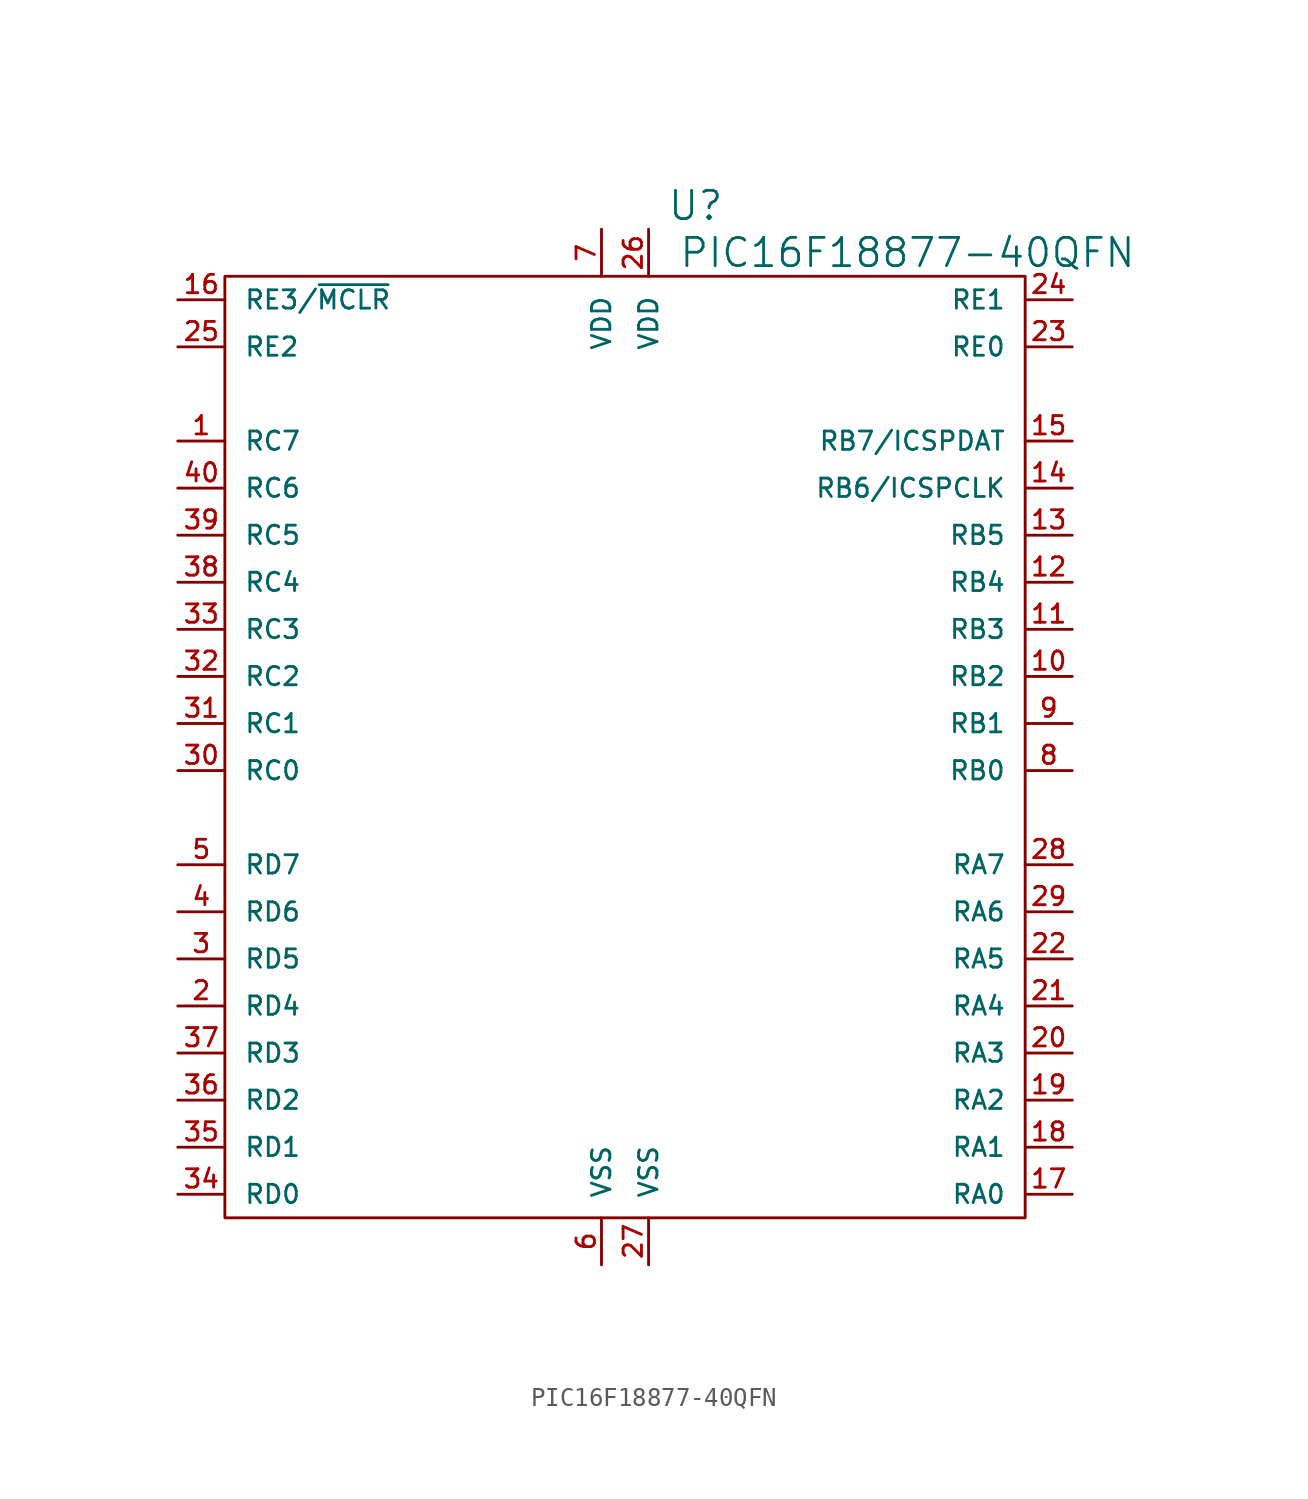
<source format=kicad_sym>
(kicad_symbol_lib
  (version 20220914)
  (generator kicad_symbol_editor)
  (symbol "PIC16F18877-40QFN"
    (pin_names
      (offset 1.016))
    (property "Reference" "U"
      (at 3.81 29.21 0)
      (effects (font (size 1.524 1.524))))
    (property "Value" "PIC16F18877-40QFN"
      (at 15.24 26.67 0)
      (effects (font (size 1.524 1.524))))
    (property "Footprint" ""
      (at 0 0 0)
      (effects (font (size 1.524 1.524))))
    (property "Datasheet" ""
      (at 0 0 0)
      (effects (font (size 1.524 1.524))))
    (symbol "PIC16F18877-40QFN_0_1"
      (rectangle (start -21.59 25.4) (end 21.59 -25.4) (stroke (width 0) (type solid)) (fill (type none))))
    (symbol "PIC16F18877-40QFN_1_1"
      (pin passive line (at -24.13 16.51 0) (length 2.54) (name "RC7" (effects (font (size 0.991 0.991)))) (number "1" (effects (font (size 0.991 0.991)))))
      (pin passive line (at 24.13 3.81 180) (length 2.54) (name "RB2" (effects (font (size 0.991 0.991)))) (number "10" (effects (font (size 0.991 0.991)))))
      (pin passive line (at 24.13 6.35 180) (length 2.54) (name "RB3" (effects (font (size 0.991 0.991)))) (number "11" (effects (font (size 0.991 0.991)))))
      (pin passive line (at 24.13 8.89 180) (length 2.54) (name "RB4" (effects (font (size 0.991 0.991)))) (number "12" (effects (font (size 0.991 0.991)))))
      (pin passive line (at 24.13 11.43 180) (length 2.54) (name "RB5" (effects (font (size 0.991 0.991)))) (number "13" (effects (font (size 0.991 0.991)))))
      (pin passive line (at 24.13 13.97 180) (length 2.54) (name "RB6/ICSPCLK" (effects (font (size 0.991 0.991)))) (number "14" (effects (font (size 0.991 0.991)))))
      (pin passive line (at 24.13 16.51 180) (length 2.54) (name "RB7/ICSPDAT" (effects (font (size 0.991 0.991)))) (number "15" (effects (font (size 0.991 0.991)))))
      (pin passive line (at -24.13 24.13 0) (length 2.54) (name "RE3/~{MCLR}" (effects (font (size 0.991 0.991)))) (number "16" (effects (font (size 0.991 0.991)))))
      (pin passive line (at 24.13 -24.13 180) (length 2.54) (name "RA0" (effects (font (size 0.991 0.991)))) (number "17" (effects (font (size 0.991 0.991)))))
      (pin passive line (at 24.13 -21.59 180) (length 2.54) (name "RA1" (effects (font (size 0.991 0.991)))) (number "18" (effects (font (size 0.991 0.991)))))
      (pin passive line (at 24.13 -19.05 180) (length 2.54) (name "RA2" (effects (font (size 0.991 0.991)))) (number "19" (effects (font (size 0.991 0.991)))))
      (pin passive line (at -24.13 -13.97 0) (length 2.54) (name "RD4" (effects (font (size 0.991 0.991)))) (number "2" (effects (font (size 0.991 0.991)))))
      (pin passive line (at 24.13 -16.51 180) (length 2.54) (name "RA3" (effects (font (size 0.991 0.991)))) (number "20" (effects (font (size 0.991 0.991)))))
      (pin passive line (at 24.13 -13.97 180) (length 2.54) (name "RA4" (effects (font (size 0.991 0.991)))) (number "21" (effects (font (size 0.991 0.991)))))
      (pin passive line (at 24.13 -11.43 180) (length 2.54) (name "RA5" (effects (font (size 0.991 0.991)))) (number "22" (effects (font (size 0.991 0.991)))))
      (pin passive line (at 24.13 21.59 180) (length 2.54) (name "RE0" (effects (font (size 0.991 0.991)))) (number "23" (effects (font (size 0.991 0.991)))))
      (pin passive line (at 24.13 24.13 180) (length 2.54) (name "RE1" (effects (font (size 0.991 0.991)))) (number "24" (effects (font (size 0.991 0.991)))))
      (pin passive line (at -24.13 21.59 0) (length 2.54) (name "RE2" (effects (font (size 0.991 0.991)))) (number "25" (effects (font (size 0.991 0.991)))))
      (pin passive line (at 1.27 27.94 270) (length 2.54) (name "VDD" (effects (font (size 0.991 0.991)))) (number "26" (effects (font (size 0.991 0.991)))))
      (pin passive line (at 1.27 -27.94 90) (length 2.54) (name "VSS" (effects (font (size 0.991 0.991)))) (number "27" (effects (font (size 0.991 0.991)))))
      (pin passive line (at 24.13 -6.35 180) (length 2.54) (name "RA7" (effects (font (size 0.991 0.991)))) (number "28" (effects (font (size 0.991 0.991)))))
      (pin passive line (at 24.13 -8.89 180) (length 2.54) (name "RA6" (effects (font (size 0.991 0.991)))) (number "29" (effects (font (size 0.991 0.991)))))
      (pin passive line (at -24.13 -11.43 0) (length 2.54) (name "RD5" (effects (font (size 0.991 0.991)))) (number "3" (effects (font (size 0.991 0.991)))))
      (pin passive line (at -24.13 -1.27 0) (length 2.54) (name "RC0" (effects (font (size 0.991 0.991)))) (number "30" (effects (font (size 0.991 0.991)))))
      (pin passive line (at -24.13 1.27 0) (length 2.54) (name "RC1" (effects (font (size 0.991 0.991)))) (number "31" (effects (font (size 0.991 0.991)))))
      (pin passive line (at -24.13 3.81 0) (length 2.54) (name "RC2" (effects (font (size 0.991 0.991)))) (number "32" (effects (font (size 0.991 0.991)))))
      (pin passive line (at -24.13 6.35 0) (length 2.54) (name "RC3" (effects (font (size 0.991 0.991)))) (number "33" (effects (font (size 0.991 0.991)))))
      (pin passive line (at -24.13 -24.13 0) (length 2.54) (name "RD0" (effects (font (size 0.991 0.991)))) (number "34" (effects (font (size 0.991 0.991)))))
      (pin passive line (at -24.13 -21.59 0) (length 2.54) (name "RD1" (effects (font (size 0.991 0.991)))) (number "35" (effects (font (size 0.991 0.991)))))
      (pin passive line (at -24.13 -19.05 0) (length 2.54) (name "RD2" (effects (font (size 0.991 0.991)))) (number "36" (effects (font (size 0.991 0.991)))))
      (pin passive line (at -24.13 -16.51 0) (length 2.54) (name "RD3" (effects (font (size 0.991 0.991)))) (number "37" (effects (font (size 0.991 0.991)))))
      (pin passive line (at -24.13 8.89 0) (length 2.54) (name "RC4" (effects (font (size 0.991 0.991)))) (number "38" (effects (font (size 0.991 0.991)))))
      (pin passive line (at -24.13 11.43 0) (length 2.54) (name "RC5" (effects (font (size 0.991 0.991)))) (number "39" (effects (font (size 0.991 0.991)))))
      (pin passive line (at -24.13 -8.89 0) (length 2.54) (name "RD6" (effects (font (size 0.991 0.991)))) (number "4" (effects (font (size 0.991 0.991)))))
      (pin passive line (at -24.13 13.97 0) (length 2.54) (name "RC6" (effects (font (size 0.991 0.991)))) (number "40" (effects (font (size 0.991 0.991)))))
      (pin passive line (at -24.13 -6.35 0) (length 2.54) (name "RD7" (effects (font (size 0.991 0.991)))) (number "5" (effects (font (size 0.991 0.991)))))
      (pin passive line (at -1.27 -27.94 90) (length 2.54) (name "VSS" (effects (font (size 0.991 0.991)))) (number "6" (effects (font (size 0.991 0.991)))))
      (pin passive line (at -1.27 27.94 270) (length 2.54) (name "VDD" (effects (font (size 0.991 0.991)))) (number "7" (effects (font (size 0.991 0.991)))))
      (pin passive line (at 24.13 -1.27 180) (length 2.54) (name "RB0" (effects (font (size 0.991 0.991)))) (number "8" (effects (font (size 0.991 0.991)))))
      (pin passive line (at 24.13 1.27 180) (length 2.54) (name "RB1" (effects (font (size 0.991 0.991)))) (number "9" (effects (font (size 0.991 0.991))))))))
</source>
